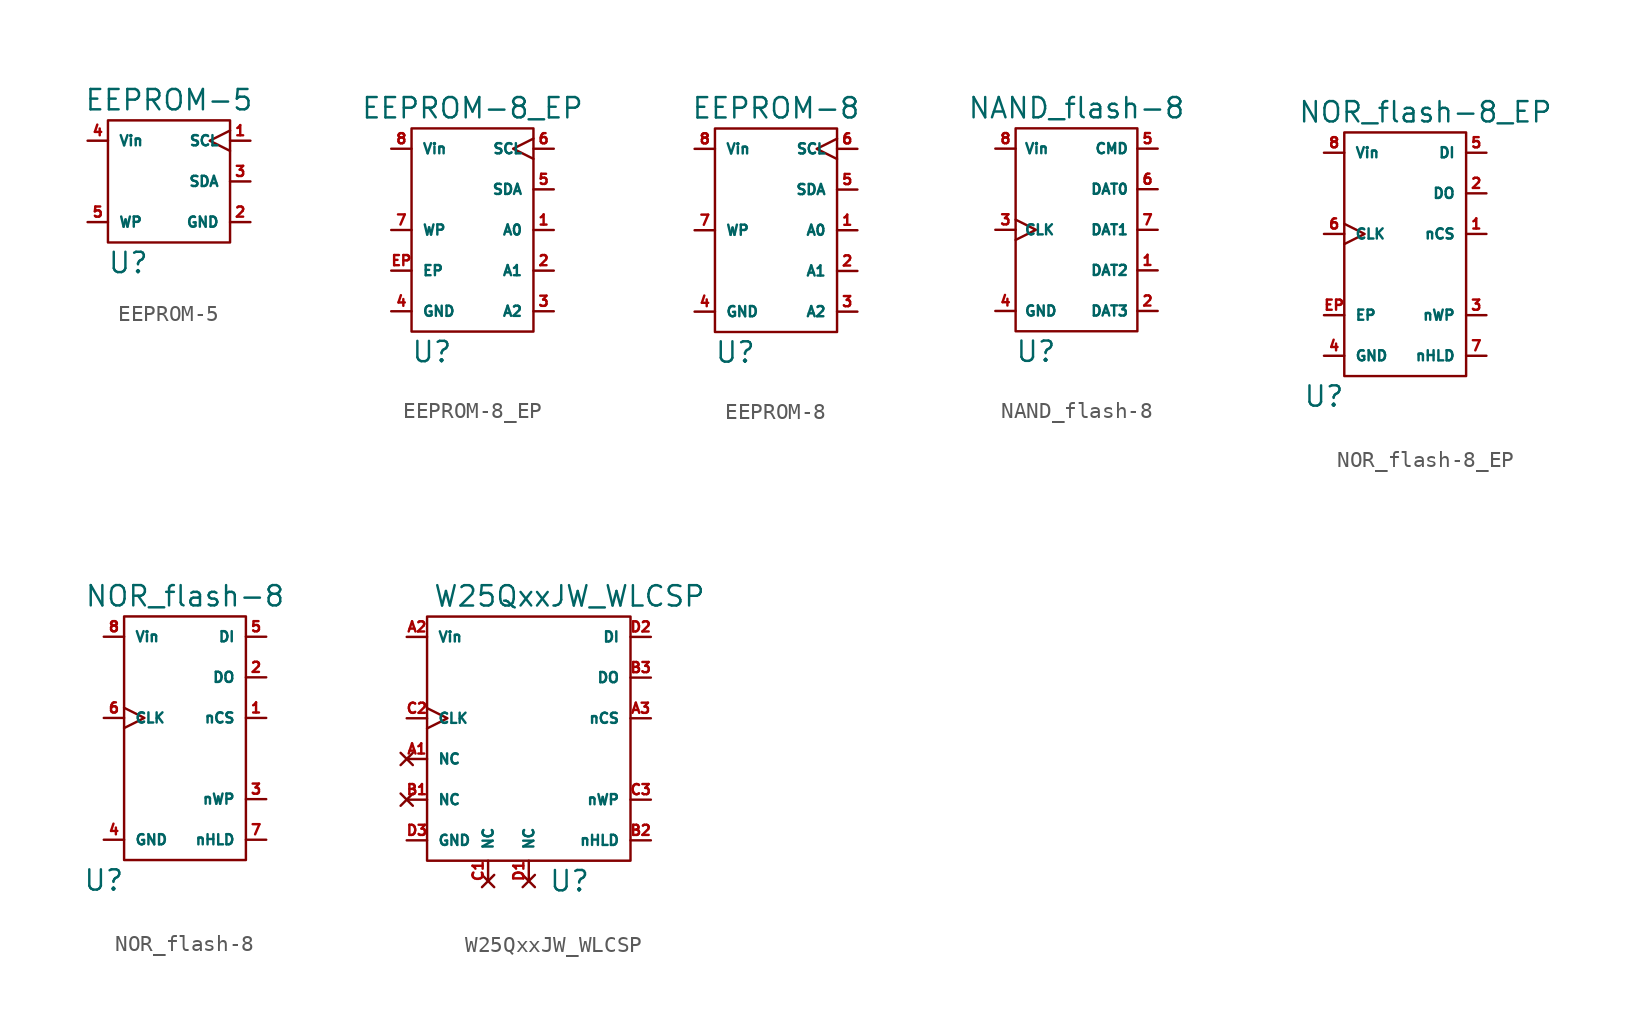
<source format=kicad_sym>
(kicad_symbol_lib
  (version 20211014)
  (generator kicad_symbol_editor)
  (symbol "EEPROM-5"
    (pin_names
      (offset 0.635))
    (property "Reference" "U"
      (at -2.54 -5.08 0)
      (effects (font (size 1.27 1.27))))
    (property "Value" "EEPROM-5"
      (at 0 5.08 0)
      (effects (font (size 1.27 1.27))))
    (symbol "EEPROM-5_0_1"
      (rectangle (start -3.81 3.81) (end 3.81 -3.81) (stroke (width 0) (type default) (color 0 0 0 0)) (fill (type none))))
    (symbol "EEPROM-5_1_1"
      (pin open_collector clock (at 5.08 2.54 180) (length 1.27) (name "SCL" (effects (font (size 0.635 0.635)))) (number "1" (effects (font (size 0.635 0.635)))))
      (pin power_in line (at 5.08 -2.54 180) (length 1.27) (name "GND" (effects (font (size 0.635 0.635)))) (number "2" (effects (font (size 0.635 0.635)))))
      (pin open_collector line (at 5.08 0 180) (length 1.27) (name "SDA" (effects (font (size 0.635 0.635)))) (number "3" (effects (font (size 0.635 0.635)))))
      (pin power_in line (at -5.08 2.54 0) (length 1.27) (name "Vin" (effects (font (size 0.635 0.635)))) (number "4" (effects (font (size 0.635 0.635)))))
      (pin input line (at -5.08 -2.54 0) (length 1.27) (name "WP" (effects (font (size 0.635 0.635)))) (number "5" (effects (font (size 0.635 0.635)))))))
  (symbol "EEPROM-8_EP"
    (pin_names
      (offset 0.635))
    (property "Reference" "U"
      (at -2.54 -7.62 0)
      (effects (font (size 1.27 1.27))))
    (property "Value" "EEPROM-8_EP"
      (at 0 7.62 0)
      (effects (font (size 1.27 1.27))))
    (symbol "EEPROM-8_EP_0_1"
      (rectangle (start -3.81 6.35) (end 3.81 -6.35) (stroke (width 0) (type default) (color 0 0 0 0)) (fill (type none))))
    (symbol "EEPROM-8_EP_1_1"
      (pin input line (at 5.08 0 180) (length 1.27) (name "A0" (effects (font (size 0.635 0.635)))) (number "1" (effects (font (size 0.635 0.635)))))
      (pin input line (at 5.08 -2.54 180) (length 1.27) (name "A1" (effects (font (size 0.635 0.635)))) (number "2" (effects (font (size 0.635 0.635)))))
      (pin input line (at 5.08 -5.08 180) (length 1.27) (name "A2" (effects (font (size 0.635 0.635)))) (number "3" (effects (font (size 0.635 0.635)))))
      (pin power_in line (at -5.08 -5.08 0) (length 1.27) (name "GND" (effects (font (size 0.635 0.635)))) (number "4" (effects (font (size 0.635 0.635)))))
      (pin open_collector line (at 5.08 2.54 180) (length 1.27) (name "SDA" (effects (font (size 0.635 0.635)))) (number "5" (effects (font (size 0.635 0.635)))))
      (pin open_collector clock (at 5.08 5.08 180) (length 1.27) (name "SCL" (effects (font (size 0.635 0.635)))) (number "6" (effects (font (size 0.635 0.635)))))
      (pin input line (at -5.08 0 0) (length 1.27) (name "WP" (effects (font (size 0.635 0.635)))) (number "7" (effects (font (size 0.635 0.635)))))
      (pin power_in line (at -5.08 5.08 0) (length 1.27) (name "Vin" (effects (font (size 0.635 0.635)))) (number "8" (effects (font (size 0.635 0.635)))))
      (pin passive line (at -5.08 -2.54 0) (length 1.27) (name "EP" (effects (font (size 0.635 0.635)))) (number "EP" (effects (font (size 0.635 0.635)))))))
  (symbol "EEPROM-8"
    (pin_names
      (offset 0.635))
    (property "Reference" "U"
      (at -2.54 -7.62 0)
      (effects (font (size 1.27 1.27))))
    (property "Value" "EEPROM-8"
      (at 0 7.62 0)
      (effects (font (size 1.27 1.27))))
    (symbol "EEPROM-8_0_1"
      (rectangle (start -3.81 6.35) (end 3.81 -6.35) (stroke (width 0) (type default) (color 0 0 0 0)) (fill (type none))))
    (symbol "EEPROM-8_1_1"
      (pin input line (at 5.08 0 180) (length 1.27) (name "A0" (effects (font (size 0.635 0.635)))) (number "1" (effects (font (size 0.635 0.635)))))
      (pin input line (at 5.08 -2.54 180) (length 1.27) (name "A1" (effects (font (size 0.635 0.635)))) (number "2" (effects (font (size 0.635 0.635)))))
      (pin input line (at 5.08 -5.08 180) (length 1.27) (name "A2" (effects (font (size 0.635 0.635)))) (number "3" (effects (font (size 0.635 0.635)))))
      (pin power_in line (at -5.08 -5.08 0) (length 1.27) (name "GND" (effects (font (size 0.635 0.635)))) (number "4" (effects (font (size 0.635 0.635)))))
      (pin open_collector line (at 5.08 2.54 180) (length 1.27) (name "SDA" (effects (font (size 0.635 0.635)))) (number "5" (effects (font (size 0.635 0.635)))))
      (pin open_collector clock (at 5.08 5.08 180) (length 1.27) (name "SCL" (effects (font (size 0.635 0.635)))) (number "6" (effects (font (size 0.635 0.635)))))
      (pin input line (at -5.08 0 0) (length 1.27) (name "WP" (effects (font (size 0.635 0.635)))) (number "7" (effects (font (size 0.635 0.635)))))
      (pin power_in line (at -5.08 5.08 0) (length 1.27) (name "Vin" (effects (font (size 0.635 0.635)))) (number "8" (effects (font (size 0.635 0.635)))))))
  (symbol "NAND_flash-8"
    (property "Reference" "U"
      (at -2.54 -7.62 0)
      (effects (font (size 1.27 1.27))))
    (property "Value" "NAND_flash-8"
      (at 0 7.62 0)
      (effects (font (size 1.27 1.27))))
    (symbol "NAND_flash-8_0_1"
      (rectangle (start -3.81 6.35) (end 3.81 -6.35) (stroke (width 0) (type default) (color 0 0 0 0)) (fill (type none))))
    (symbol "NAND_flash-8_1_1"
      (pin bidirectional line (at 5.08 -2.54 180) (length 1.27) (name "DAT2" (effects (font (size 0.635 0.635)))) (number "1" (effects (font (size 0.635 0.635)))) (alternate "RESV" no_connect line))
      (pin bidirectional line (at 5.08 -5.08 180) (length 1.27) (name "DAT3" (effects (font (size 0.635 0.635)))) (number "2" (effects (font (size 0.635 0.635)))) (alternate "nCS" input line))
      (pin input clock (at -5.08 0 0) (length 1.27) (name "CLK" (effects (font (size 0.635 0.635)))) (number "3" (effects (font (size 0.635 0.635)))))
      (pin power_in line (at -5.08 -5.08 0) (length 1.27) (name "GND" (effects (font (size 0.635 0.635)))) (number "4" (effects (font (size 0.635 0.635)))))
      (pin bidirectional line (at 5.08 5.08 180) (length 1.27) (name "CMD" (effects (font (size 0.635 0.635)))) (number "5" (effects (font (size 0.635 0.635)))) (alternate "SDI" input line))
      (pin bidirectional line (at 5.08 2.54 180) (length 1.27) (name "DAT0" (effects (font (size 0.635 0.635)))) (number "6" (effects (font (size 0.635 0.635)))) (alternate "SDO" output line))
      (pin bidirectional line (at 5.08 0 180) (length 1.27) (name "DAT1" (effects (font (size 0.635 0.635)))) (number "7" (effects (font (size 0.635 0.635)))) (alternate "RESV" no_connect line))
      (pin power_in line (at -5.08 5.08 0) (length 1.27) (name "Vin" (effects (font (size 0.635 0.635)))) (number "8" (effects (font (size 0.635 0.635)))))))
  (symbol "NOR_flash-8_EP"
    (pin_names
      (offset 0.635))
    (property "Reference" "U"
      (at -5.08 -10.16 0)
      (effects (font (size 1.27 1.27))))
    (property "Value" "NOR_flash-8_EP"
      (at 1.27 7.62 0)
      (effects (font (size 1.27 1.27))))
    (symbol "NOR_flash-8_EP_0_1"
      (rectangle (start -3.81 6.35) (end 3.81 -8.89) (stroke (width 0) (type default) (color 0 0 0 0)) (fill (type none))))
    (symbol "NOR_flash-8_EP_1_1"
      (pin input line (at 5.08 0 180) (length 1.27) (name "nCS" (effects (font (size 0.635 0.635)))) (number "1" (effects (font (size 0.635 0.635)))))
      (pin output line (at 5.08 2.54 180) (length 1.27) (name "DO" (effects (font (size 0.635 0.635)))) (number "2" (effects (font (size 0.635 0.635)))) (alternate "IO1" bidirectional line))
      (pin input line (at 5.08 -5.08 180) (length 1.27) (name "nWP" (effects (font (size 0.635 0.635)))) (number "3" (effects (font (size 0.635 0.635)))) (alternate "IO2" bidirectional line))
      (pin power_in line (at -5.08 -7.62 0) (length 1.27) (name "GND" (effects (font (size 0.635 0.635)))) (number "4" (effects (font (size 0.635 0.635)))))
      (pin input line (at 5.08 5.08 180) (length 1.27) (name "DI" (effects (font (size 0.635 0.635)))) (number "5" (effects (font (size 0.635 0.635)))) (alternate "IO0" bidirectional line))
      (pin input clock (at -5.08 0 0) (length 1.27) (name "CLK" (effects (font (size 0.635 0.635)))) (number "6" (effects (font (size 0.635 0.635)))))
      (pin input line (at 5.08 -7.62 180) (length 1.27) (name "nHLD" (effects (font (size 0.635 0.635)))) (number "7" (effects (font (size 0.635 0.635)))) (alternate "IO3" bidirectional line) (alternate "nRST" input line))
      (pin power_in line (at -5.08 5.08 0) (length 1.27) (name "Vin" (effects (font (size 0.635 0.635)))) (number "8" (effects (font (size 0.635 0.635)))))
      (pin passive line (at -5.08 -5.08 0) (length 1.27) (name "EP" (effects (font (size 0.635 0.635)))) (number "EP" (effects (font (size 0.635 0.635)))))))
  (symbol "NOR_flash-8"
    (pin_names
      (offset 0.635))
    (property "Reference" "U"
      (at -5.08 -10.16 0)
      (effects (font (size 1.27 1.27))))
    (property "Value" "NOR_flash-8"
      (at 0 7.62 0)
      (effects (font (size 1.27 1.27))))
    (symbol "NOR_flash-8_0_1"
      (rectangle (start -3.81 6.35) (end 3.81 -8.89) (stroke (width 0) (type default) (color 0 0 0 0)) (fill (type none))))
    (symbol "NOR_flash-8_1_1"
      (pin input line (at 5.08 0 180) (length 1.27) (name "nCS" (effects (font (size 0.635 0.635)))) (number "1" (effects (font (size 0.635 0.635)))))
      (pin output line (at 5.08 2.54 180) (length 1.27) (name "DO" (effects (font (size 0.635 0.635)))) (number "2" (effects (font (size 0.635 0.635)))) (alternate "IO1" bidirectional line))
      (pin input line (at 5.08 -5.08 180) (length 1.27) (name "nWP" (effects (font (size 0.635 0.635)))) (number "3" (effects (font (size 0.635 0.635)))) (alternate "IO2" bidirectional line))
      (pin power_in line (at -5.08 -7.62 0) (length 1.27) (name "GND" (effects (font (size 0.635 0.635)))) (number "4" (effects (font (size 0.635 0.635)))))
      (pin input line (at 5.08 5.08 180) (length 1.27) (name "DI" (effects (font (size 0.635 0.635)))) (number "5" (effects (font (size 0.635 0.635)))) (alternate "IO0" bidirectional line))
      (pin input clock (at -5.08 0 0) (length 1.27) (name "CLK" (effects (font (size 0.635 0.635)))) (number "6" (effects (font (size 0.635 0.635)))))
      (pin input line (at 5.08 -7.62 180) (length 1.27) (name "nHLD" (effects (font (size 0.635 0.635)))) (number "7" (effects (font (size 0.635 0.635)))) (alternate "IO3" bidirectional line) (alternate "nRST" input line))
      (pin power_in line (at -5.08 5.08 0) (length 1.27) (name "Vin" (effects (font (size 0.635 0.635)))) (number "8" (effects (font (size 0.635 0.635)))))))
  (symbol "W25QxxJW_WLCSP"
    (pin_names
      (offset 0.635))
    (property "Reference" "U"
      (at 2.54 -10.16 0)
      (effects (font (size 1.27 1.27))))
    (property "Value" "W25QxxJW_WLCSP"
      (at 2.54 7.62 0)
      (effects (font (size 1.27 1.27))))
    (symbol "W25QxxJW_WLCSP_0_1"
      (rectangle (start -6.35 6.35) (end 6.35 -8.89) (stroke (width 0) (type default) (color 0 0 0 0)) (fill (type none))))
    (symbol "W25QxxJW_WLCSP_1_1"
      (pin no_connect line (at -7.62 -2.54 0) (length 1.27) (name "NC" (effects (font (size 0.635 0.635)))) (number "A1" (effects (font (size 0.635 0.635)))))
      (pin power_in line (at -7.62 5.08 0) (length 1.27) (name "Vin" (effects (font (size 0.635 0.635)))) (number "A2" (effects (font (size 0.635 0.635)))))
      (pin input line (at 7.62 0 180) (length 1.27) (name "nCS" (effects (font (size 0.635 0.635)))) (number "A3" (effects (font (size 0.635 0.635)))))
      (pin no_connect line (at -7.62 -5.08 0) (length 1.27) (name "NC" (effects (font (size 0.635 0.635)))) (number "B1" (effects (font (size 0.635 0.635)))))
      (pin input line (at 7.62 -7.62 180) (length 1.27) (name "nHLD" (effects (font (size 0.635 0.635)))) (number "B2" (effects (font (size 0.635 0.635)))) (alternate "IO3" bidirectional line) (alternate "nRST" input line))
      (pin output line (at 7.62 2.54 180) (length 1.27) (name "DO" (effects (font (size 0.635 0.635)))) (number "B3" (effects (font (size 0.635 0.635)))) (alternate "IO1" bidirectional line))
      (pin no_connect line (at -2.54 -10.16 90) (length 1.27) (name "NC" (effects (font (size 0.635 0.635)))) (number "C1" (effects (font (size 0.635 0.635)))))
      (pin input clock (at -7.62 0 0) (length 1.27) (name "CLK" (effects (font (size 0.635 0.635)))) (number "C2" (effects (font (size 0.635 0.635)))))
      (pin input line (at 7.62 -5.08 180) (length 1.27) (name "nWP" (effects (font (size 0.635 0.635)))) (number "C3" (effects (font (size 0.635 0.635)))) (alternate "IO2" bidirectional line))
      (pin no_connect line (at 0 -10.16 90) (length 1.27) (name "NC" (effects (font (size 0.635 0.635)))) (number "D1" (effects (font (size 0.635 0.635)))))
      (pin input line (at 7.62 5.08 180) (length 1.27) (name "DI" (effects (font (size 0.635 0.635)))) (number "D2" (effects (font (size 0.635 0.635)))) (alternate "IO0" bidirectional line))
      (pin power_in line (at -7.62 -7.62 0) (length 1.27) (name "GND" (effects (font (size 0.635 0.635)))) (number "D3" (effects (font (size 0.635 0.635))))))))
</source>
